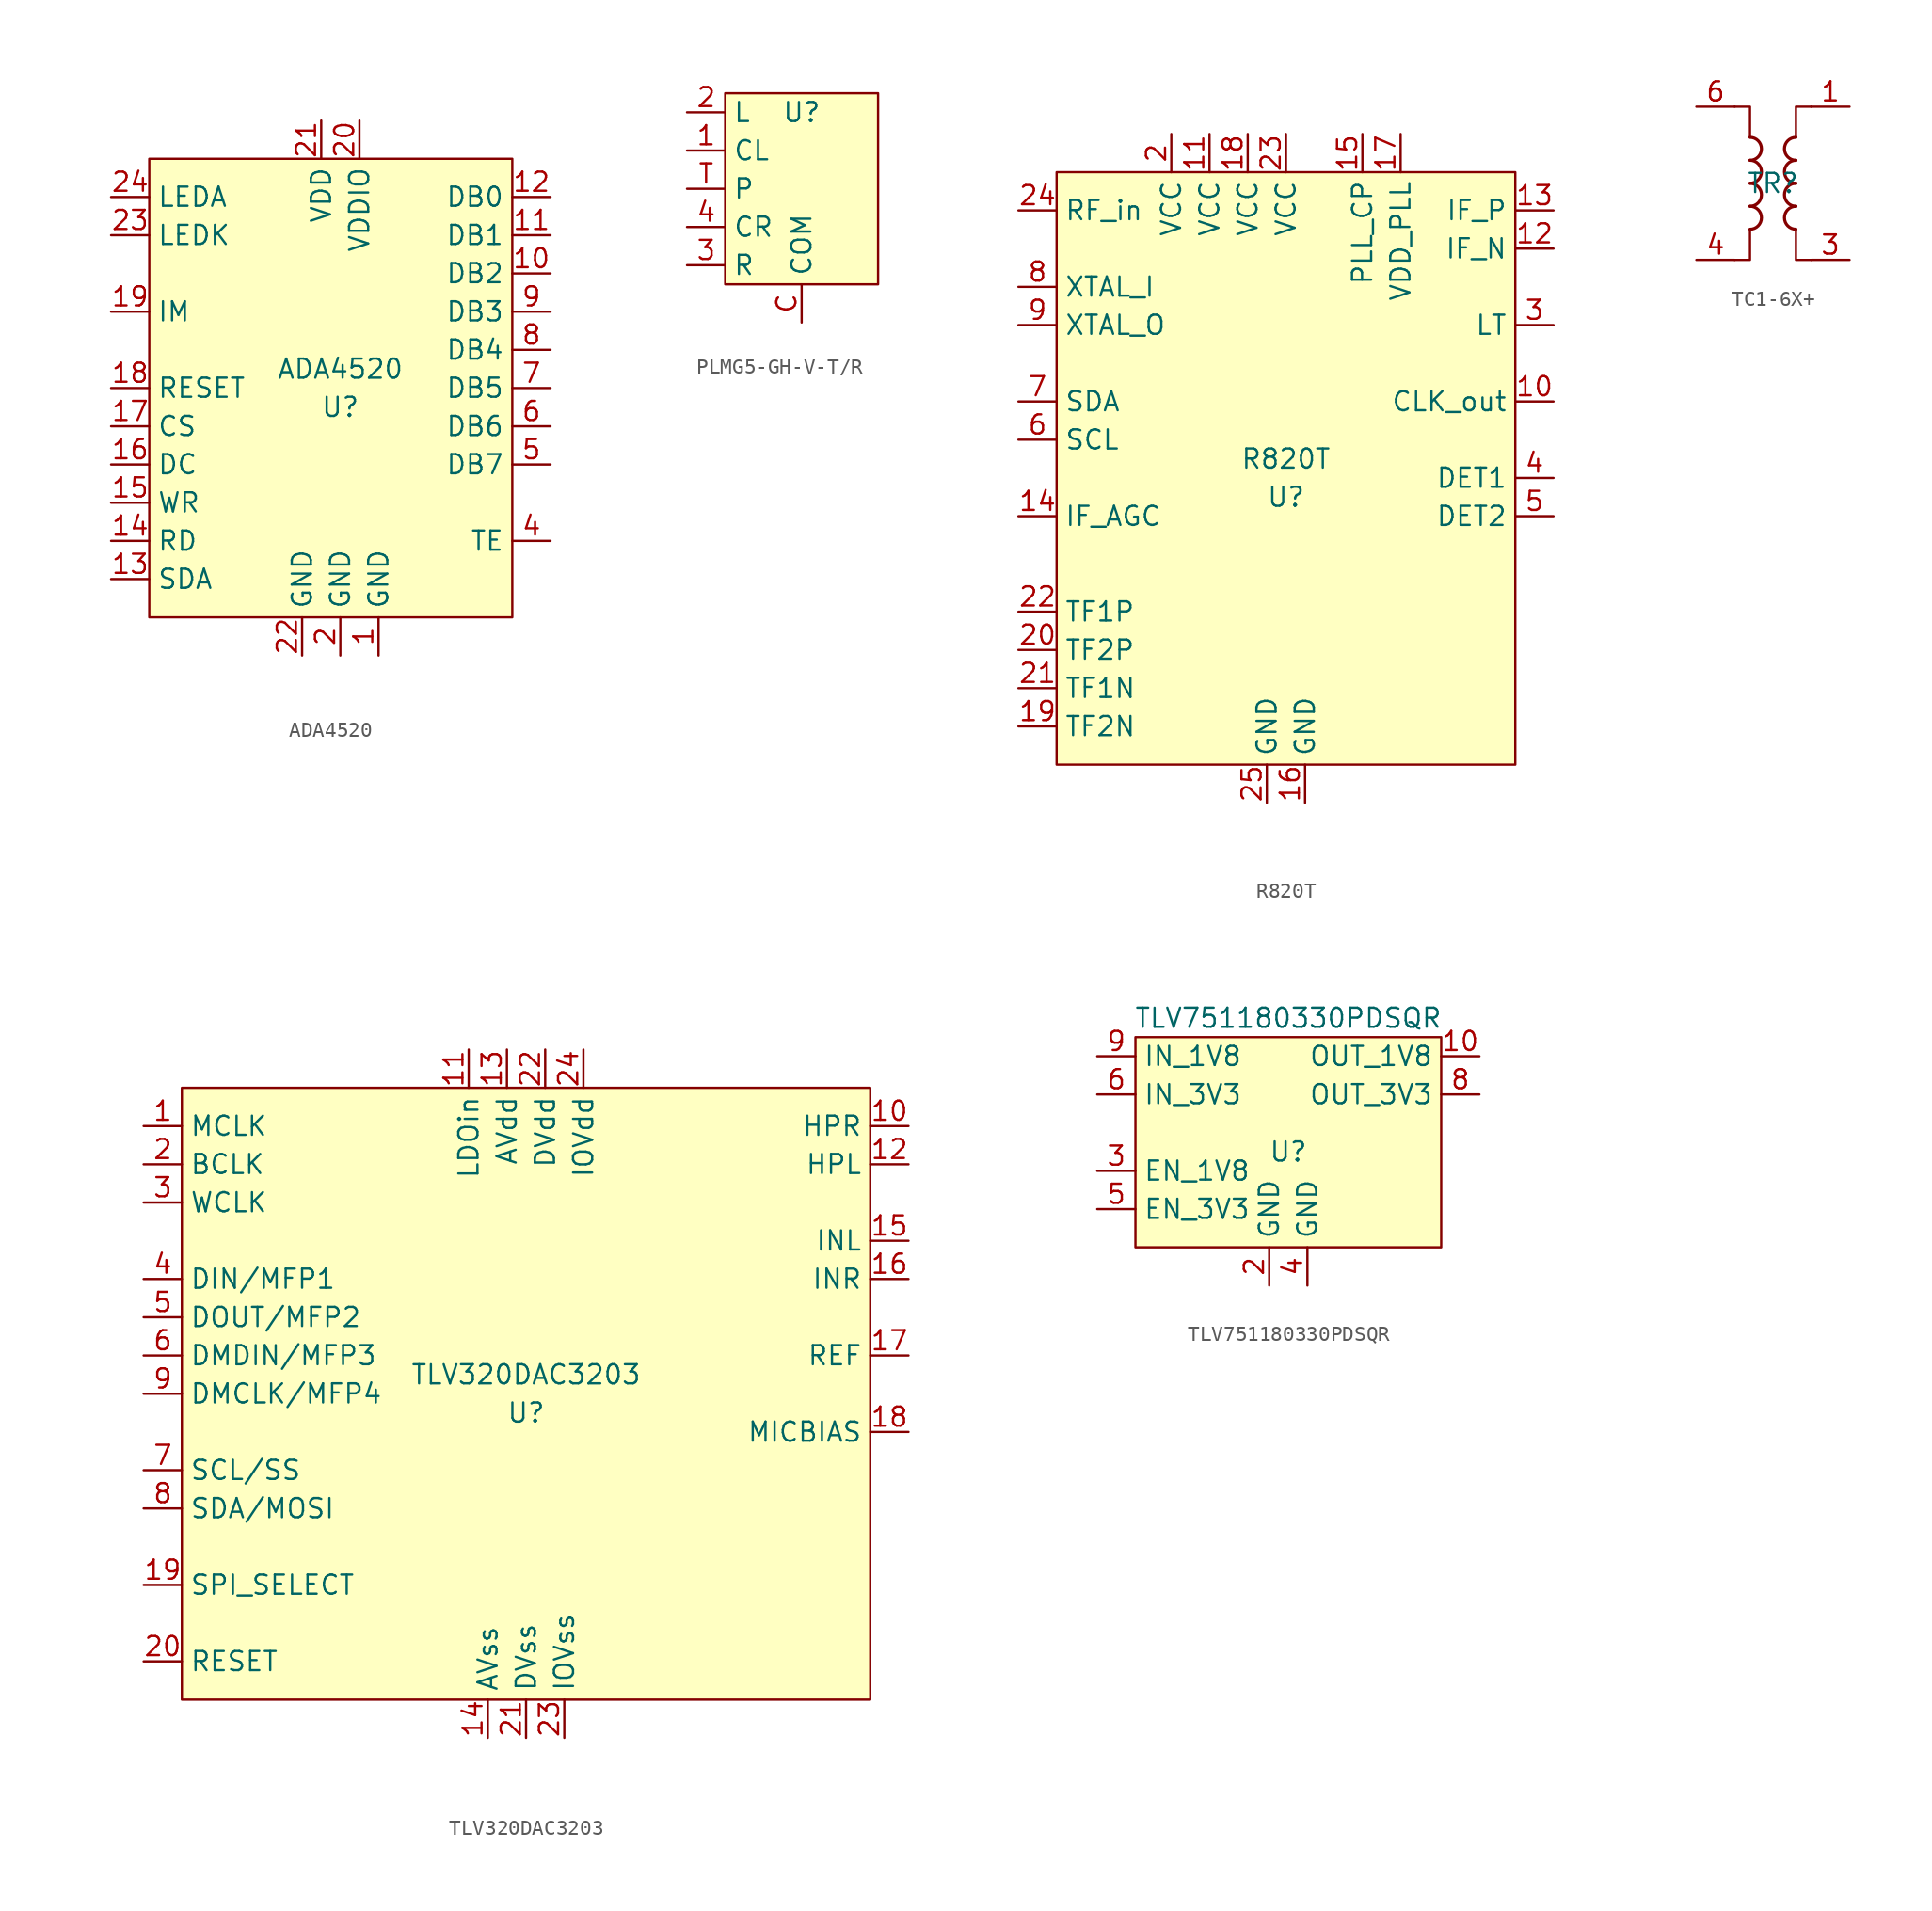
<source format=kicad_sym>
(kicad_symbol_lib
  (version 20220914)
  (generator kicad_symbol_editor)
  (symbol "ADA4520"
    (property "Reference" "U"
      (at 0 -1.27 0)
      (effects (font (size 1.27 1.27))))
    (property "Value" "ADA4520"
      (at 0 1.27 0)
      (effects (font (size 1.27 1.27))))
    (symbol "ADA4520_1_1"
      (rectangle (start -12.7 15.24) (end 11.43 -15.24) (stroke (width 0) (type default)) (fill (type background)))
      (pin power_in line (at 2.54 -17.78 90) (length 2.54) (name "GND" (effects (font (size 1.27 1.27)))) (number "1" (effects (font (size 1.27 1.27)))))
      (pin input line (at 13.97 7.62 180) (length 2.54) (name "DB2" (effects (font (size 1.27 1.27)))) (number "10" (effects (font (size 1.27 1.27)))))
      (pin input line (at 13.97 10.16 180) (length 2.54) (name "DB1" (effects (font (size 1.27 1.27)))) (number "11" (effects (font (size 1.27 1.27)))))
      (pin input line (at 13.97 12.7 180) (length 2.54) (name "DB0" (effects (font (size 1.27 1.27)))) (number "12" (effects (font (size 1.27 1.27)))))
      (pin input line (at -15.24 -12.7 0) (length 2.54) (name "SDA" (effects (font (size 1.27 1.27)))) (number "13" (effects (font (size 1.27 1.27)))))
      (pin input line (at -15.24 -10.16 0) (length 2.54) (name "RD" (effects (font (size 1.27 1.27)))) (number "14" (effects (font (size 1.27 1.27)))))
      (pin input line (at -15.24 -7.62 0) (length 2.54) (name "WR" (effects (font (size 1.27 1.27)))) (number "15" (effects (font (size 1.27 1.27)))))
      (pin input line (at -15.24 -5.08 0) (length 2.54) (name "DC" (effects (font (size 1.27 1.27)))) (number "16" (effects (font (size 1.27 1.27)))))
      (pin input line (at -15.24 -2.54 0) (length 2.54) (name "CS" (effects (font (size 1.27 1.27)))) (number "17" (effects (font (size 1.27 1.27)))))
      (pin input line (at -15.24 0 0) (length 2.54) (name "RESET" (effects (font (size 1.27 1.27)))) (number "18" (effects (font (size 1.27 1.27)))))
      (pin input line (at -15.24 5.08 0) (length 2.54) (name "IM" (effects (font (size 1.27 1.27)))) (number "19" (effects (font (size 1.27 1.27)))))
      (pin power_in line (at 0 -17.78 90) (length 2.54) (name "GND" (effects (font (size 1.27 1.27)))) (number "2" (effects (font (size 1.27 1.27)))))
      (pin power_in line (at 1.27 17.78 270) (length 2.54) (name "VDDIO" (effects (font (size 1.27 1.27)))) (number "20" (effects (font (size 1.27 1.27)))))
      (pin power_in line (at -1.27 17.78 270) (length 2.54) (name "VDD" (effects (font (size 1.27 1.27)))) (number "21" (effects (font (size 1.27 1.27)))))
      (pin power_in line (at -2.54 -17.78 90) (length 2.54) (name "GND" (effects (font (size 1.27 1.27)))) (number "22" (effects (font (size 1.27 1.27)))))
      (pin input line (at -15.24 10.16 0) (length 2.54) (name "LEDK" (effects (font (size 1.27 1.27)))) (number "23" (effects (font (size 1.27 1.27)))))
      (pin input line (at -15.24 12.7 0) (length 2.54) (name "LEDA" (effects (font (size 1.27 1.27)))) (number "24" (effects (font (size 1.27 1.27)))))
      (pin input line (at 13.97 -10.16 180) (length 2.54) (name "TE" (effects (font (size 1.27 1.27)))) (number "4" (effects (font (size 1.27 1.27)))))
      (pin input line (at 13.97 -5.08 180) (length 2.54) (name "DB7" (effects (font (size 1.27 1.27)))) (number "5" (effects (font (size 1.27 1.27)))))
      (pin input line (at 13.97 -2.54 180) (length 2.54) (name "DB6" (effects (font (size 1.27 1.27)))) (number "6" (effects (font (size 1.27 1.27)))))
      (pin input line (at 13.97 0 180) (length 2.54) (name "DB5" (effects (font (size 1.27 1.27)))) (number "7" (effects (font (size 1.27 1.27)))))
      (pin input line (at 13.97 2.54 180) (length 2.54) (name "DB4" (effects (font (size 1.27 1.27)))) (number "8" (effects (font (size 1.27 1.27)))))
      (pin input line (at 13.97 5.08 180) (length 2.54) (name "DB3" (effects (font (size 1.27 1.27)))) (number "9" (effects (font (size 1.27 1.27)))))))
  (symbol "PLMG5-GH-V-T/R"
    (property "Reference" "U"
      (at 0 5.08 0)
      (effects (font (size 1.27 1.27))))
    (property "Value" ""
      (at 3.81 -2.54 0)
      (effects (font (size 1.27 1.27))))
    (symbol "PLMG5-GH-V-T/R_1_1"
      (rectangle (start -5.08 6.35) (end 5.08 -6.35) (stroke (width 0) (type default)) (fill (type background)))
      (pin bidirectional line (at -7.62 2.54 0) (length 2.54) (name "CL" (effects (font (size 1.27 1.27)))) (number "1" (effects (font (size 1.27 1.27)))))
      (pin bidirectional line (at -7.62 5.08 0) (length 2.54) (name "L" (effects (font (size 1.27 1.27)))) (number "2" (effects (font (size 1.27 1.27)))))
      (pin bidirectional line (at -7.62 -5.08 0) (length 2.54) (name "R" (effects (font (size 1.27 1.27)))) (number "3" (effects (font (size 1.27 1.27)))))
      (pin bidirectional line (at -7.62 -2.54 0) (length 2.54) (name "CR" (effects (font (size 1.27 1.27)))) (number "4" (effects (font (size 1.27 1.27)))))
      (pin bidirectional line (at 0 -8.89 90) (length 2.54) (name "COM" (effects (font (size 1.27 1.27)))) (number "C" (effects (font (size 1.27 1.27)))))
      (pin bidirectional line (at -7.62 0 0) (length 2.54) (name "P" (effects (font (size 1.27 1.27)))) (number "T" (effects (font (size 1.27 1.27)))))))
  (symbol "R820T"
    (property "Reference" "U"
      (at 0 -1.27 0)
      (effects (font (size 1.27 1.27))))
    (property "Value" "R820T"
      (at 0 1.27 0)
      (effects (font (size 1.27 1.27))))
    (symbol "R820T_1_1"
      (rectangle (start -15.24 20.32) (end 15.24 -19.05) (stroke (width 0) (type default)) (fill (type background)))
      (pin output line (at 17.78 5.08 180) (length 2.54) (name "CLK_out" (effects (font (size 1.27 1.27)))) (number "10" (effects (font (size 1.27 1.27)))))
      (pin power_in line (at -5.08 22.86 270) (length 2.54) (name "VCC" (effects (font (size 1.27 1.27)))) (number "11" (effects (font (size 1.27 1.27)))))
      (pin output line (at 17.78 15.24 180) (length 2.54) (name "IF_N" (effects (font (size 1.27 1.27)))) (number "12" (effects (font (size 1.27 1.27)))))
      (pin output line (at 17.78 17.78 180) (length 2.54) (name "IF_P" (effects (font (size 1.27 1.27)))) (number "13" (effects (font (size 1.27 1.27)))))
      (pin output line (at -17.78 -2.54 0) (length 2.54) (name "IF_AGC" (effects (font (size 1.27 1.27)))) (number "14" (effects (font (size 1.27 1.27)))))
      (pin bidirectional line (at 5.08 22.86 270) (length 2.54) (name "PLL_CP" (effects (font (size 1.27 1.27)))) (number "15" (effects (font (size 1.27 1.27)))))
      (pin power_in line (at 1.27 -21.59 90) (length 2.54) (name "GND" (effects (font (size 1.27 1.27)))) (number "16" (effects (font (size 1.27 1.27)))))
      (pin bidirectional line (at 7.62 22.86 270) (length 2.54) (name "VDD_PLL" (effects (font (size 1.27 1.27)))) (number "17" (effects (font (size 1.27 1.27)))))
      (pin power_in line (at -2.54 22.86 270) (length 2.54) (name "VCC" (effects (font (size 1.27 1.27)))) (number "18" (effects (font (size 1.27 1.27)))))
      (pin output line (at -17.78 -16.51 0) (length 2.54) (name "TF2N" (effects (font (size 1.27 1.27)))) (number "19" (effects (font (size 1.27 1.27)))))
      (pin power_in line (at -7.62 22.86 270) (length 2.54) (name "VCC" (effects (font (size 1.27 1.27)))) (number "2" (effects (font (size 1.27 1.27)))))
      (pin output line (at -17.78 -11.43 0) (length 2.54) (name "TF2P" (effects (font (size 1.27 1.27)))) (number "20" (effects (font (size 1.27 1.27)))))
      (pin output line (at -17.78 -13.97 0) (length 2.54) (name "TF1N" (effects (font (size 1.27 1.27)))) (number "21" (effects (font (size 1.27 1.27)))))
      (pin output line (at -17.78 -8.89 0) (length 2.54) (name "TF1P" (effects (font (size 1.27 1.27)))) (number "22" (effects (font (size 1.27 1.27)))))
      (pin power_in line (at 0 22.86 270) (length 2.54) (name "VCC" (effects (font (size 1.27 1.27)))) (number "23" (effects (font (size 1.27 1.27)))))
      (pin input line (at -17.78 17.78 0) (length 2.54) (name "RF_in" (effects (font (size 1.27 1.27)))) (number "24" (effects (font (size 1.27 1.27)))))
      (pin power_in line (at -1.27 -21.59 90) (length 2.54) (name "GND" (effects (font (size 1.27 1.27)))) (number "25" (effects (font (size 1.27 1.27)))))
      (pin output line (at 17.78 10.16 180) (length 2.54) (name "LT" (effects (font (size 1.27 1.27)))) (number "3" (effects (font (size 1.27 1.27)))))
      (pin output line (at 17.78 0 180) (length 2.54) (name "DET1" (effects (font (size 1.27 1.27)))) (number "4" (effects (font (size 1.27 1.27)))))
      (pin output line (at 17.78 -2.54 180) (length 2.54) (name "DET2" (effects (font (size 1.27 1.27)))) (number "5" (effects (font (size 1.27 1.27)))))
      (pin input line (at -17.78 2.54 0) (length 2.54) (name "SCL" (effects (font (size 1.27 1.27)))) (number "6" (effects (font (size 1.27 1.27)))))
      (pin bidirectional line (at -17.78 5.08 0) (length 2.54) (name "SDA" (effects (font (size 1.27 1.27)))) (number "7" (effects (font (size 1.27 1.27)))))
      (pin input line (at -17.78 12.7 0) (length 2.54) (name "XTAL_I" (effects (font (size 1.27 1.27)))) (number "8" (effects (font (size 1.27 1.27)))))
      (pin output line (at -17.78 10.16 0) (length 2.54) (name "XTAL_O" (effects (font (size 1.27 1.27)))) (number "9" (effects (font (size 1.27 1.27)))))))
  (symbol "TC1-6X+"
    (property "Reference" "TR"
      (at 0 0 0)
      (effects (font (size 1.27 1.27))))
    (property "Value" ""
      (at 0 0 0)
      (effects (font (size 1.27 1.27))))
    (symbol "TC1-6X+_0_1"
      (arc (start -1.524 -3.048) (mid -0.7653 -2.286) (end -1.524 -1.524) (stroke (width 0.2032) (type default)) (fill (type none)))
      (arc (start -1.524 -1.524) (mid -0.7653 -0.762) (end -1.524 0) (stroke (width 0.2032) (type default)) (fill (type none)))
      (arc (start -1.524 0) (mid -0.7653 0.762) (end -1.524 1.524) (stroke (width 0.2032) (type default)) (fill (type none)))
      (arc (start -1.524 1.524) (mid -0.7653 2.286) (end -1.524 3.048) (stroke (width 0.2032) (type default)) (fill (type none)))
      (polyline (pts (xy -2.54 5.08) (xy -1.524 5.08) (xy -1.524 3.048)) (stroke (width 0.152) (type default)) (fill (type none)))
      (polyline (pts (xy -1.524 -3.048) (xy -1.524 -5.08) (xy -2.54 -5.08)) (stroke (width 0.152) (type default)) (fill (type none)))
      (polyline (pts (xy 1.524 3.048) (xy 1.524 5.08) (xy 2.54 5.08)) (stroke (width 0.152) (type default)) (fill (type none)))
      (polyline (pts (xy 2.54 -5.08) (xy 1.524 -5.08) (xy 1.524 -3.048)) (stroke (width 0.152) (type default)) (fill (type none)))
      (arc (start 1.524 -1.524) (mid 0.7653 -2.286) (end 1.524 -3.048) (stroke (width 0.2032) (type default)) (fill (type none)))
      (arc (start 1.524 0) (mid 0.7653 -0.762) (end 1.524 -1.524) (stroke (width 0.2032) (type default)) (fill (type none)))
      (arc (start 1.524 1.524) (mid 0.7653 0.762) (end 1.524 0) (stroke (width 0.2032) (type default)) (fill (type none)))
      (arc (start 1.524 3.048) (mid 0.7653 2.286) (end 1.524 1.524) (stroke (width 0.2032) (type default)) (fill (type none))))
    (symbol "TC1-6X+_1_1"
      (pin passive line (at 5.08 5.08 180) (length 2.54) (name "~" (effects (font (size 1.27 1.27)))) (number "1" (effects (font (size 1.27 1.27)))))
      (pin passive line (at 5.08 -5.08 180) (length 2.54) (name "~" (effects (font (size 1.27 1.27)))) (number "3" (effects (font (size 1.27 1.27)))))
      (pin passive line (at -5.08 -5.08 0) (length 2.54) (name "~" (effects (font (size 1.27 1.27)))) (number "4" (effects (font (size 1.27 1.27)))))
      (pin passive line (at -5.08 5.08 0) (length 2.54) (name "~" (effects (font (size 1.27 1.27)))) (number "6" (effects (font (size 1.27 1.27)))))))
  (symbol "TLV320DAC3203"
    (property "Reference" "U"
      (at 0 -1.27 0)
      (effects (font (size 1.27 1.27))))
    (property "Value" "TLV320DAC3203"
      (at 0 1.27 0)
      (effects (font (size 1.27 1.27))))
    (symbol "TLV320DAC3203_1_1"
      (rectangle (start -22.86 20.32) (end 22.86 -20.32) (stroke (width 0) (type default)) (fill (type background)))
      (pin input line (at -25.4 17.78 0) (length 2.54) (name "MCLK" (effects (font (size 1.27 1.27)))) (number "1" (effects (font (size 1.27 1.27)))))
      (pin output line (at 25.4 17.78 180) (length 2.54) (name "HPR" (effects (font (size 1.27 1.27)))) (number "10" (effects (font (size 1.27 1.27)))))
      (pin power_in line (at -3.81 22.86 270) (length 2.54) (name "LDOin" (effects (font (size 1.27 1.27)))) (number "11" (effects (font (size 1.27 1.27)))))
      (pin output line (at 25.4 15.24 180) (length 2.54) (name "HPL" (effects (font (size 1.27 1.27)))) (number "12" (effects (font (size 1.27 1.27)))))
      (pin power_in line (at -1.27 22.86 270) (length 2.54) (name "AVdd" (effects (font (size 1.27 1.27)))) (number "13" (effects (font (size 1.27 1.27)))))
      (pin power_in line (at -2.54 -22.86 90) (length 2.54) (name "AVss" (effects (font (size 1.27 1.27)))) (number "14" (effects (font (size 1.27 1.27)))))
      (pin input line (at 25.4 10.16 180) (length 2.54) (name "INL" (effects (font (size 1.27 1.27)))) (number "15" (effects (font (size 1.27 1.27)))))
      (pin input line (at 25.4 7.62 180) (length 2.54) (name "INR" (effects (font (size 1.27 1.27)))) (number "16" (effects (font (size 1.27 1.27)))))
      (pin output line (at 25.4 2.54 180) (length 2.54) (name "REF" (effects (font (size 1.27 1.27)))) (number "17" (effects (font (size 1.27 1.27)))))
      (pin output line (at 25.4 -2.54 180) (length 2.54) (name "MICBIAS" (effects (font (size 1.27 1.27)))) (number "18" (effects (font (size 1.27 1.27)))))
      (pin input line (at -25.4 -12.7 0) (length 2.54) (name "SPI_SELECT" (effects (font (size 1.27 1.27)))) (number "19" (effects (font (size 1.27 1.27)))))
      (pin bidirectional line (at -25.4 15.24 0) (length 2.54) (name "BCLK" (effects (font (size 1.27 1.27)))) (number "2" (effects (font (size 1.27 1.27)))))
      (pin input line (at -25.4 -17.78 0) (length 2.54) (name "RESET" (effects (font (size 1.27 1.27)))) (number "20" (effects (font (size 1.27 1.27)))))
      (pin power_in line (at 0 -22.86 90) (length 2.54) (name "DVss" (effects (font (size 1.27 1.27)))) (number "21" (effects (font (size 1.27 1.27)))))
      (pin power_in line (at 1.27 22.86 270) (length 2.54) (name "DVdd" (effects (font (size 1.27 1.27)))) (number "22" (effects (font (size 1.27 1.27)))))
      (pin power_in line (at 2.54 -22.86 90) (length 2.54) (name "IOVss" (effects (font (size 1.27 1.27)))) (number "23" (effects (font (size 1.27 1.27)))))
      (pin power_in line (at 3.81 22.86 270) (length 2.54) (name "IOVdd" (effects (font (size 1.27 1.27)))) (number "24" (effects (font (size 1.27 1.27)))))
      (pin bidirectional line (at -25.4 12.7 0) (length 2.54) (name "WCLK" (effects (font (size 1.27 1.27)))) (number "3" (effects (font (size 1.27 1.27)))))
      (pin input line (at -25.4 7.62 0) (length 2.54) (name "DIN/MFP1" (effects (font (size 1.27 1.27)))) (number "4" (effects (font (size 1.27 1.27)))))
      (pin output line (at -25.4 5.08 0) (length 2.54) (name "DOUT/MFP2" (effects (font (size 1.27 1.27)))) (number "5" (effects (font (size 1.27 1.27)))))
      (pin input line (at -25.4 2.54 0) (length 2.54) (name "DMDIN/MFP3" (effects (font (size 1.27 1.27)))) (number "6" (effects (font (size 1.27 1.27)))))
      (pin input line (at -25.4 -5.08 0) (length 2.54) (name "SCL/SS" (effects (font (size 1.27 1.27)))) (number "7" (effects (font (size 1.27 1.27)))))
      (pin bidirectional line (at -25.4 -7.62 0) (length 2.54) (name "SDA/MOSI" (effects (font (size 1.27 1.27)))) (number "8" (effects (font (size 1.27 1.27)))))
      (pin input line (at -25.4 0 0) (length 2.54) (name "DMCLK/MFP4" (effects (font (size 1.27 1.27)))) (number "9" (effects (font (size 1.27 1.27)))))))
  (symbol "TLV751180330PDSQR"
    (property "Reference" "U"
      (at 0 -1.27 0)
      (effects (font (size 1.27 1.27))))
    (property "Value" "TLV751180330PDSQR"
      (at 0 7.62 0)
      (effects (font (size 1.27 1.27))))
    (symbol "TLV751180330PDSQR_1_1"
      (rectangle (start -10.16 6.35) (end 10.16 -7.62) (stroke (width 0) (type default)) (fill (type background)))
      (pin power_out line (at 12.7 5.08 180) (length 2.54) (name "OUT_1V8" (effects (font (size 1.27 1.27)))) (number "10" (effects (font (size 1.27 1.27)))))
      (pin power_in line (at -1.27 -10.16 90) (length 2.54) (name "GND" (effects (font (size 1.27 1.27)))) (number "2" (effects (font (size 1.27 1.27)))))
      (pin input line (at -12.7 -2.54 0) (length 2.54) (name "EN_1V8" (effects (font (size 1.27 1.27)))) (number "3" (effects (font (size 1.27 1.27)))))
      (pin power_in line (at 1.27 -10.16 90) (length 2.54) (name "GND" (effects (font (size 1.27 1.27)))) (number "4" (effects (font (size 1.27 1.27)))))
      (pin input line (at -12.7 -5.08 0) (length 2.54) (name "EN_3V3" (effects (font (size 1.27 1.27)))) (number "5" (effects (font (size 1.27 1.27)))))
      (pin power_in line (at -12.7 2.54 0) (length 2.54) (name "IN_3V3" (effects (font (size 1.27 1.27)))) (number "6" (effects (font (size 1.27 1.27)))))
      (pin power_out line (at 12.7 2.54 180) (length 2.54) (name "OUT_3V3" (effects (font (size 1.27 1.27)))) (number "8" (effects (font (size 1.27 1.27)))))
      (pin power_in line (at -12.7 5.08 0) (length 2.54) (name "IN_1V8" (effects (font (size 1.27 1.27)))) (number "9" (effects (font (size 1.27 1.27))))))))
</source>
